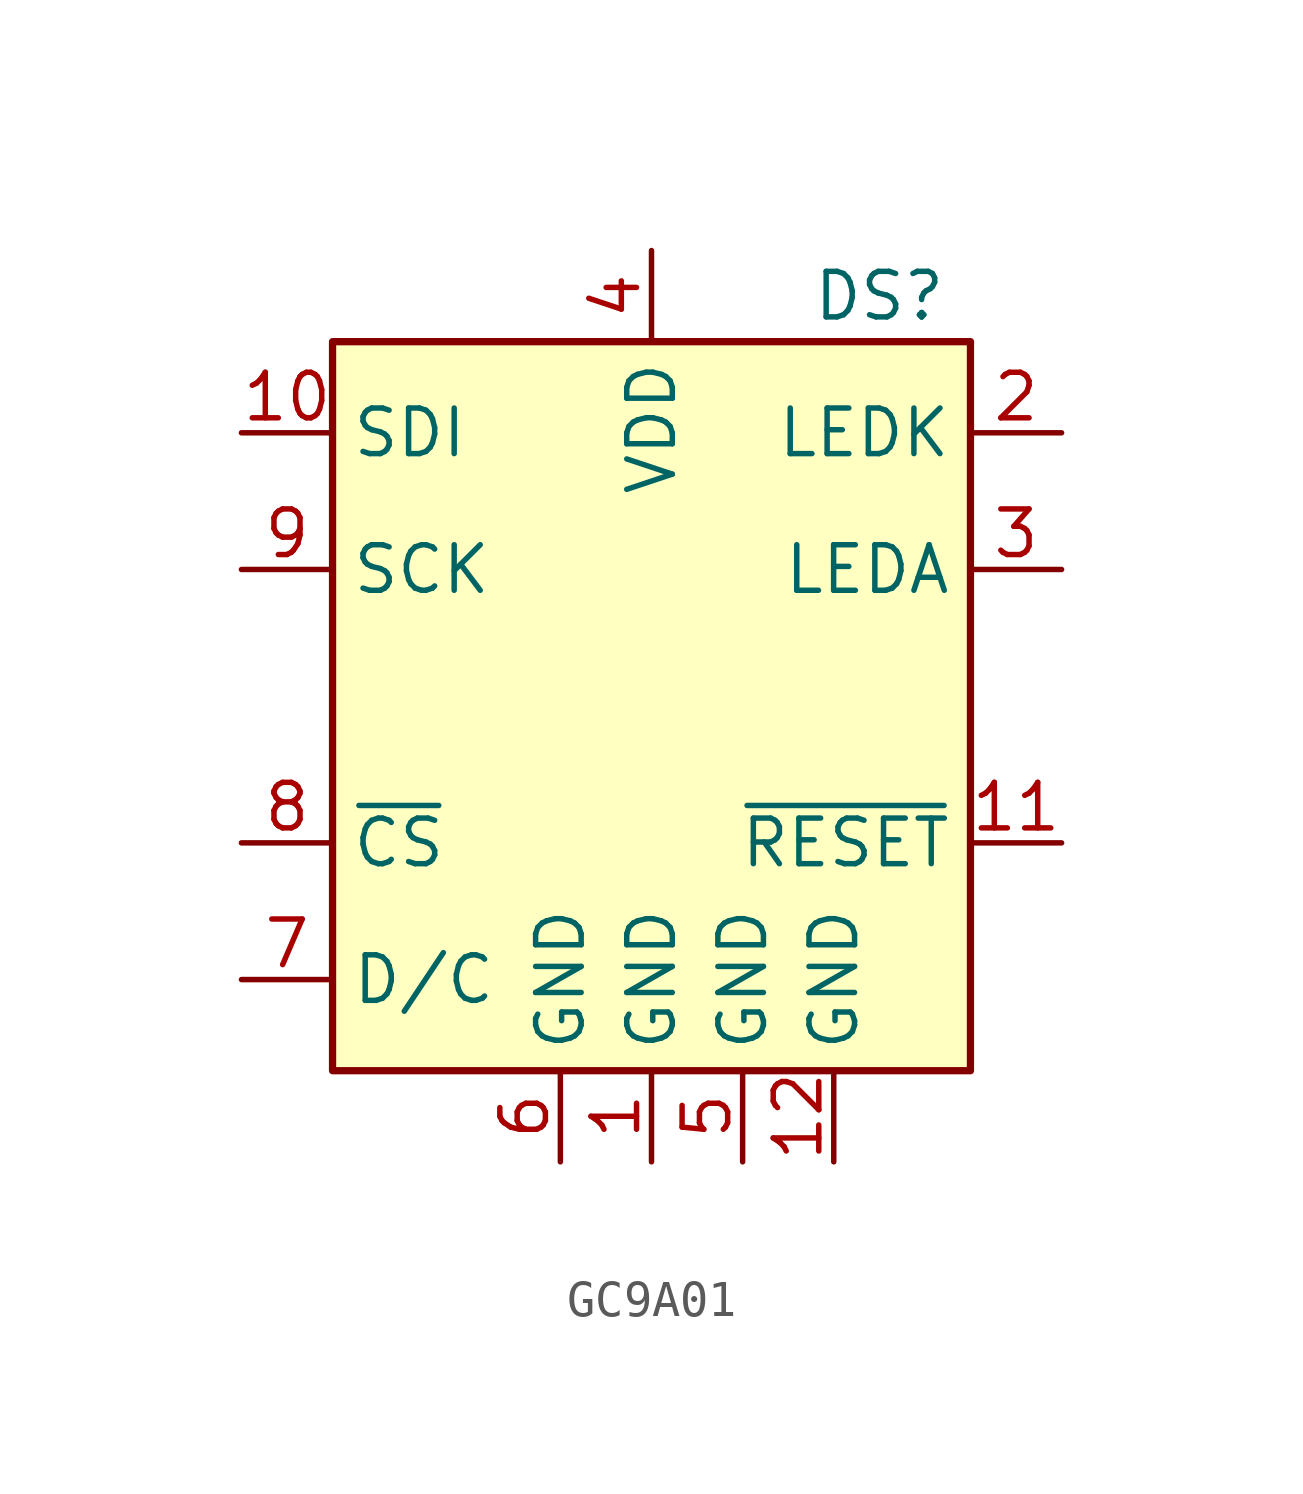
<source format=kicad_sym>
(kicad_symbol_lib
  (version 20220914)
  (generator kicad_symbol_editor)
  (symbol "GC9A01"
    (property "Reference" "DS"
      (at 6.35 10.16 0)
      (effects (font (size 1.27 1.27))))
    (property "Value" ""
      (at 0 0 0)
      (effects (font (size 1.27 1.27))))
    (symbol "GC9A01_0_0"
      (pin power_in line (at 0 -13.97 90) (length 2.54) (name "GND" (effects (font (size 1.27 1.27)))) (number "1" (effects (font (size 1.27 1.27)))))
      (pin bidirectional line (at -11.43 6.35 0) (length 2.54) (name "SDI" (effects (font (size 1.27 1.27)))) (number "10" (effects (font (size 1.27 1.27)))))
      (pin input line (at 11.43 -5.08 180) (length 2.54) (name "~{RESET}" (effects (font (size 1.27 1.27)))) (number "11" (effects (font (size 1.27 1.27)))))
      (pin power_in line (at 5.08 -13.97 90) (length 2.54) (name "GND" (effects (font (size 1.27 1.27)))) (number "12" (effects (font (size 1.27 1.27)))))
      (pin passive line (at 11.43 6.35 180) (length 2.54) (name "LEDK" (effects (font (size 1.27 1.27)))) (number "2" (effects (font (size 1.27 1.27)))))
      (pin passive line (at 11.43 2.54 180) (length 2.54) (name "LEDA" (effects (font (size 1.27 1.27)))) (number "3" (effects (font (size 1.27 1.27)))))
      (pin power_in line (at 0 11.43 270) (length 2.54) (name "VDD" (effects (font (size 1.27 1.27)))) (number "4" (effects (font (size 1.27 1.27)))))
      (pin power_in line (at 2.54 -13.97 90) (length 2.54) (name "GND" (effects (font (size 1.27 1.27)))) (number "5" (effects (font (size 1.27 1.27)))))
      (pin power_in line (at -2.54 -13.97 90) (length 2.54) (name "GND" (effects (font (size 1.27 1.27)))) (number "6" (effects (font (size 1.27 1.27)))))
      (pin input line (at -11.43 -8.89 0) (length 2.54) (name "D/C" (effects (font (size 1.27 1.27)))) (number "7" (effects (font (size 1.27 1.27)))))
      (pin input line (at -11.43 -5.08 0) (length 2.54) (name "~{CS}" (effects (font (size 1.27 1.27)))) (number "8" (effects (font (size 1.27 1.27)))))
      (pin input line (at -11.43 2.54 0) (length 2.54) (name "SCK" (effects (font (size 1.27 1.27)))) (number "9" (effects (font (size 1.27 1.27))))))
    (symbol "GC9A01_0_1"
      (rectangle (start -8.89 8.89) (end 8.89 -11.43) (stroke (width 0.203) (type solid)) (fill (type background))))))
</source>
